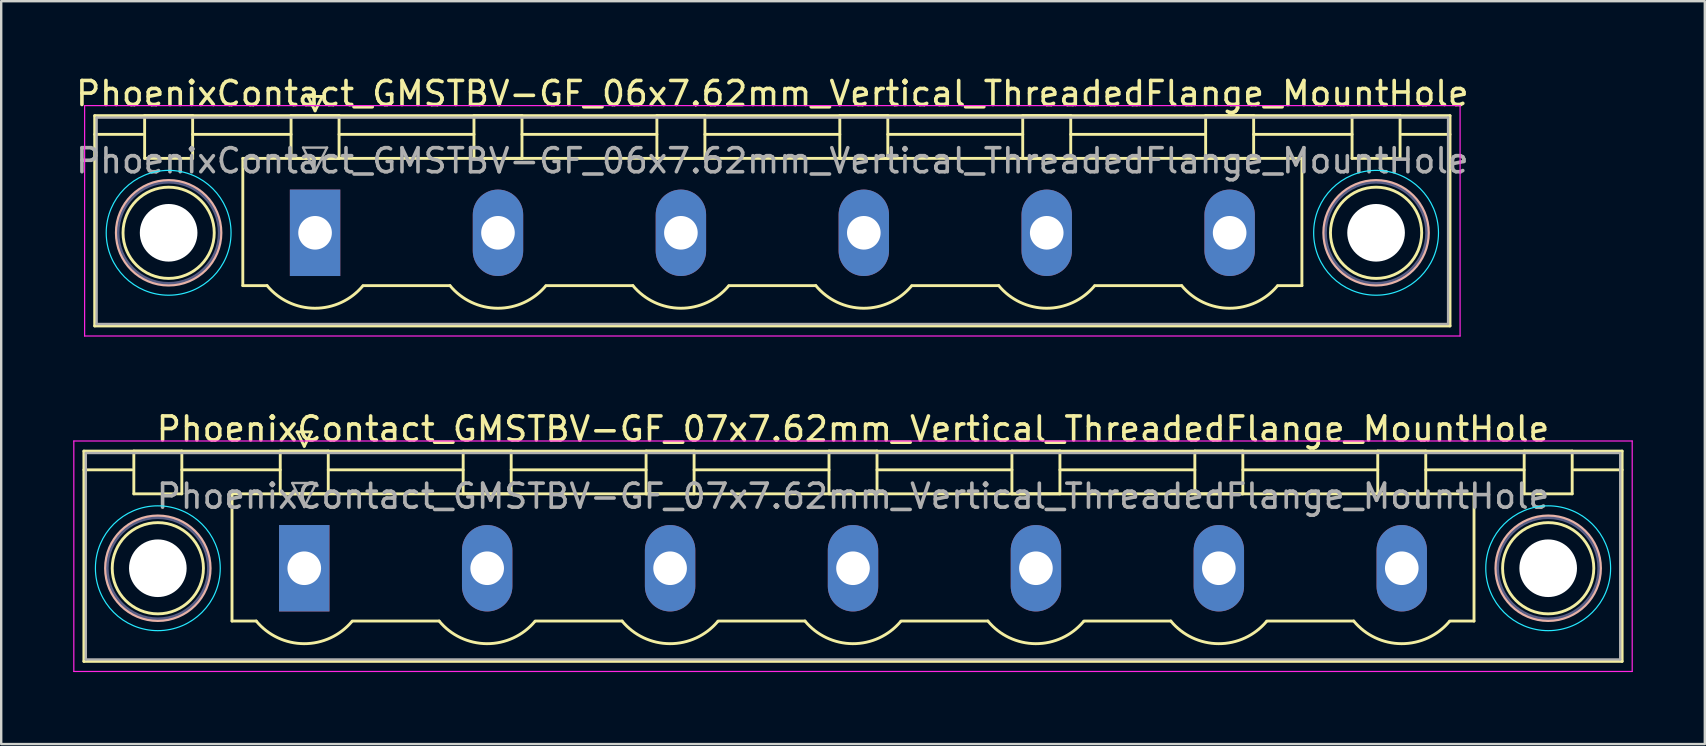
<source format=kicad_pcb>
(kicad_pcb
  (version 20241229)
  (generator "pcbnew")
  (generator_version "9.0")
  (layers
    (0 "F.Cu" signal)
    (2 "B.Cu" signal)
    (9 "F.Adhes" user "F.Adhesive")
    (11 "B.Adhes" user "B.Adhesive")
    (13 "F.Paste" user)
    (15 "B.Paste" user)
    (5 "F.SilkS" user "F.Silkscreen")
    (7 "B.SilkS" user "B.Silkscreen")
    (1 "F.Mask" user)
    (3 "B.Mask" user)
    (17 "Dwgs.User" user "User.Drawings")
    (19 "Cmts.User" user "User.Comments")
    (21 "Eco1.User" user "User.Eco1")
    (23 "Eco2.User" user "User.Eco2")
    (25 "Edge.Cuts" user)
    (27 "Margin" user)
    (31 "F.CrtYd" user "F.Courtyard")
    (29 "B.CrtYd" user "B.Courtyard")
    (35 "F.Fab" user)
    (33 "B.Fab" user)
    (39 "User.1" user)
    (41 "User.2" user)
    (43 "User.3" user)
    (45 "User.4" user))
  (footprint "PhoenixContact_GMSTBV-GF_06x7.62mm_Vertical_ThreadedFlange_MountHole"
    (layer "F.Cu")
    (at 10.075 6.648)
    (property "Reference" "PhoenixContact_GMSTBV-GF_06x7.62mm_Vertical_ThreadedFlange_MountHole" (at 19.05 -5.8 0) (layer "F.SilkS") (effects (font (size 1 1) (thickness 0.15))))
    (attr through_hole)
    (fp_line (start -9.18 -4.88) (end -9.18 3.88) (stroke (width 0.12) (type solid)) (layer "F.SilkS"))
    (fp_line (start -9.18 -4.1) (end -7.18 -4.1) (stroke (width 0.12) (type solid)) (layer "F.SilkS"))
    (fp_line (start -9.18 3.88) (end 47.28 3.88) (stroke (width 0.12) (type solid)) (layer "F.SilkS"))
    (fp_line (start -7.1 -4.88) (end -5.1 -4.88) (stroke (width 0.12) (type solid)) (layer "F.SilkS"))
    (fp_line (start -7.1 -3.1) (end -7.1 -4.88) (stroke (width 0.12) (type solid)) (layer "F.SilkS"))
    (fp_line (start -5.1 -4.88) (end -5.1 -3.1) (stroke (width 0.12) (type solid)) (layer "F.SilkS"))
    (fp_line (start -5.1 -4.1) (end -1 -4.1) (stroke (width 0.12) (type solid)) (layer "F.SilkS"))
    (fp_line (start -5.1 -3.1) (end -7.1 -3.1) (stroke (width 0.12) (type solid)) (layer "F.SilkS"))
    (fp_line (start -3.01 -3.1) (end 41.11 -3.1) (stroke (width 0.12) (type solid)) (layer "F.SilkS"))
    (fp_line (start -3.01 2.2) (end -3.01 -3.1) (stroke (width 0.12) (type solid)) (layer "F.SilkS"))
    (fp_line (start -2 2.2) (end -3.01 2.2) (stroke (width 0.12) (type solid)) (layer "F.SilkS"))
    (fp_line (start -1 -4.88) (end 1 -4.88) (stroke (width 0.12) (type solid)) (layer "F.SilkS"))
    (fp_line (start -1 -3.1) (end -1 -4.88) (stroke (width 0.12) (type solid)) (layer "F.SilkS"))
    (fp_line (start -0.3 -5.68) (end 0.3 -5.68) (stroke (width 0.12) (type solid)) (layer "F.SilkS"))
    (fp_line (start 0 -5.08) (end -0.3 -5.68) (stroke (width 0.12) (type solid)) (layer "F.SilkS"))
    (fp_line (start 0.3 -5.68) (end 0 -5.08) (stroke (width 0.12) (type solid)) (layer "F.SilkS"))
    (fp_line (start 1 -4.88) (end 1 -3.1) (stroke (width 0.12) (type solid)) (layer "F.SilkS"))
    (fp_line (start 1 -4.1) (end 6.62 -4.1) (stroke (width 0.12) (type solid)) (layer "F.SilkS"))
    (fp_line (start 1 -3.1) (end -1 -3.1) (stroke (width 0.12) (type solid)) (layer "F.SilkS"))
    (fp_line (start 2 2.2) (end 5.62 2.2) (stroke (width 0.12) (type solid)) (layer "F.SilkS"))
    (fp_line (start 6.62 -4.88) (end 8.62 -4.88) (stroke (width 0.12) (type solid)) (layer "F.SilkS"))
    (fp_line (start 6.62 -3.1) (end 6.62 -4.88) (stroke (width 0.12) (type solid)) (layer "F.SilkS"))
    (fp_line (start 8.62 -4.88) (end 8.62 -3.1) (stroke (width 0.12) (type solid)) (layer "F.SilkS"))
    (fp_line (start 8.62 -4.1) (end 14.24 -4.1) (stroke (width 0.12) (type solid)) (layer "F.SilkS"))
    (fp_line (start 8.62 -3.1) (end 6.62 -3.1) (stroke (width 0.12) (type solid)) (layer "F.SilkS"))
    (fp_line (start 9.62 2.2) (end 13.24 2.2) (stroke (width 0.12) (type solid)) (layer "F.SilkS"))
    (fp_line (start 14.24 -4.88) (end 16.24 -4.88) (stroke (width 0.12) (type solid)) (layer "F.SilkS"))
    (fp_line (start 14.24 -3.1) (end 14.24 -4.88) (stroke (width 0.12) (type solid)) (layer "F.SilkS"))
    (fp_line (start 16.24 -4.88) (end 16.24 -3.1) (stroke (width 0.12) (type solid)) (layer "F.SilkS"))
    (fp_line (start 16.24 -4.1) (end 21.86 -4.1) (stroke (width 0.12) (type solid)) (layer "F.SilkS"))
    (fp_line (start 16.24 -3.1) (end 14.24 -3.1) (stroke (width 0.12) (type solid)) (layer "F.SilkS"))
    (fp_line (start 17.24 2.2) (end 20.86 2.2) (stroke (width 0.12) (type solid)) (layer "F.SilkS"))
    (fp_line (start 21.86 -4.88) (end 23.86 -4.88) (stroke (width 0.12) (type solid)) (layer "F.SilkS"))
    (fp_line (start 21.86 -3.1) (end 21.86 -4.88) (stroke (width 0.12) (type solid)) (layer "F.SilkS"))
    (fp_line (start 23.86 -4.88) (end 23.86 -3.1) (stroke (width 0.12) (type solid)) (layer "F.SilkS"))
    (fp_line (start 23.86 -4.1) (end 29.48 -4.1) (stroke (width 0.12) (type solid)) (layer "F.SilkS"))
    (fp_line (start 23.86 -3.1) (end 21.86 -3.1) (stroke (width 0.12) (type solid)) (layer "F.SilkS"))
    (fp_line (start 24.86 2.2) (end 28.48 2.2) (stroke (width 0.12) (type solid)) (layer "F.SilkS"))
    (fp_line (start 29.48 -4.88) (end 31.48 -4.88) (stroke (width 0.12) (type solid)) (layer "F.SilkS"))
    (fp_line (start 29.48 -3.1) (end 29.48 -4.88) (stroke (width 0.12) (type solid)) (layer "F.SilkS"))
    (fp_line (start 31.48 -4.88) (end 31.48 -3.1) (stroke (width 0.12) (type solid)) (layer "F.SilkS"))
    (fp_line (start 31.48 -4.1) (end 37.1 -4.1) (stroke (width 0.12) (type solid)) (layer "F.SilkS"))
    (fp_line (start 31.48 -3.1) (end 29.48 -3.1) (stroke (width 0.12) (type solid)) (layer "F.SilkS"))
    (fp_line (start 32.48 2.2) (end 36.1 2.2) (stroke (width 0.12) (type solid)) (layer "F.SilkS"))
    (fp_line (start 37.1 -4.88) (end 39.1 -4.88) (stroke (width 0.12) (type solid)) (layer "F.SilkS"))
    (fp_line (start 37.1 -3.1) (end 37.1 -4.88) (stroke (width 0.12) (type solid)) (layer "F.SilkS"))
    (fp_line (start 39.1 -4.88) (end 39.1 -3.1) (stroke (width 0.12) (type solid)) (layer "F.SilkS"))
    (fp_line (start 39.1 -4.1) (end 43.2 -4.1) (stroke (width 0.12) (type solid)) (layer "F.SilkS"))
    (fp_line (start 39.1 -3.1) (end 37.1 -3.1) (stroke (width 0.12) (type solid)) (layer "F.SilkS"))
    (fp_line (start 41.11 -3.1) (end 41.11 2.2) (stroke (width 0.12) (type solid)) (layer "F.SilkS"))
    (fp_line (start 41.11 2.2) (end 40.1 2.2) (stroke (width 0.12) (type solid)) (layer "F.SilkS"))
    (fp_line (start 43.2 -4.88) (end 45.2 -4.88) (stroke (width 0.12) (type solid)) (layer "F.SilkS"))
    (fp_line (start 43.2 -3.1) (end 43.2 -4.88) (stroke (width 0.12) (type solid)) (layer "F.SilkS"))
    (fp_line (start 45.2 -4.88) (end 45.2 -3.1) (stroke (width 0.12) (type solid)) (layer "F.SilkS"))
    (fp_line (start 45.2 -3.1) (end 43.2 -3.1) (stroke (width 0.12) (type solid)) (layer "F.SilkS"))
    (fp_line (start 47.28 -4.88) (end -9.18 -4.88) (stroke (width 0.12) (type solid)) (layer "F.SilkS"))
    (fp_line (start 47.28 -4.1) (end 45.28 -4.1) (stroke (width 0.12) (type solid)) (layer "F.SilkS"))
    (fp_line (start 47.28 3.88) (end 47.28 -4.88) (stroke (width 0.12) (type solid)) (layer "F.SilkS"))
    (fp_arc (start 1.986842 2.215821) (mid -0.010289 3.142758) (end -2 2.2) (stroke (width 0.12) (type solid)) (layer "F.SilkS"))
    (fp_arc (start 9.606842 2.215821) (mid 7.609711 3.142758) (end 5.62 2.2) (stroke (width 0.12) (type solid)) (layer "F.SilkS"))
    (fp_arc (start 17.226842 2.215821) (mid 15.229711 3.142758) (end 13.24 2.2) (stroke (width 0.12) (type solid)) (layer "F.SilkS"))
    (fp_arc (start 24.846842 2.215821) (mid 22.849711 3.142758) (end 20.86 2.2) (stroke (width 0.12) (type solid)) (layer "F.SilkS"))
    (fp_arc (start 32.466842 2.215821) (mid 30.469711 3.142758) (end 28.48 2.2) (stroke (width 0.12) (type solid)) (layer "F.SilkS"))
    (fp_arc (start 40.086842 2.215821) (mid 38.089711 3.142758) (end 36.1 2.2) (stroke (width 0.12) (type solid)) (layer "F.SilkS"))
    (fp_circle (center -6.1 0) (end -4.2 0) (stroke (width 0.12) (type solid)) (fill no) (layer "F.SilkS"))
    (fp_circle (center 44.2 0) (end 46.1 0) (stroke (width 0.12) (type solid)) (fill no) (layer "F.SilkS"))
    (fp_circle (center -6.1 0) (end -3.92 0) (stroke (width 0.12) (type solid)) (fill no) (layer "B.SilkS"))
    (fp_circle (center 44.2 0) (end 46.38 0) (stroke (width 0.12) (type solid)) (fill no) (layer "B.SilkS"))
    (fp_circle (center -6.1 0) (end -3.5 0) (stroke (width 0.05) (type solid)) (fill no) (layer "B.CrtYd"))
    (fp_circle (center 44.2 0) (end 46.8 0) (stroke (width 0.05) (type solid)) (fill no) (layer "B.CrtYd"))
    (fp_line (start -9.6 -5.3) (end -9.6 4.3) (stroke (width 0.05) (type solid)) (layer "F.CrtYd"))
    (fp_line (start -9.6 4.3) (end 47.7 4.3) (stroke (width 0.05) (type solid)) (layer "F.CrtYd"))
    (fp_line (start 47.7 -5.3) (end -9.6 -5.3) (stroke (width 0.05) (type solid)) (layer "F.CrtYd"))
    (fp_line (start 47.7 4.3) (end 47.7 -5.3) (stroke (width 0.05) (type solid)) (layer "F.CrtYd"))
    (fp_circle (center -6.1 0) (end -4 0) (stroke (width 0.1) (type solid)) (fill no) (layer "B.Fab"))
    (fp_circle (center 44.2 0) (end 46.3 0) (stroke (width 0.1) (type solid)) (fill no) (layer "B.Fab"))
    (fp_line (start -9.1 -4.8) (end -9.1 3.8) (stroke (width 0.1) (type solid)) (layer "F.Fab"))
    (fp_line (start -9.1 3.8) (end 47.2 3.8) (stroke (width 0.1) (type solid)) (layer "F.Fab"))
    (fp_line (start -0.5 -3.55) (end 0.5 -3.55) (stroke (width 0.1) (type solid)) (layer "F.Fab"))
    (fp_line (start 0 -2.55) (end -0.5 -3.55) (stroke (width 0.1) (type solid)) (layer "F.Fab"))
    (fp_line (start 0.5 -3.55) (end 0 -2.55) (stroke (width 0.1) (type solid)) (layer "F.Fab"))
    (fp_line (start 47.2 -4.8) (end -9.1 -4.8) (stroke (width 0.1) (type solid)) (layer "F.Fab"))
    (fp_line (start 47.2 3.8) (end 47.2 -4.8) (stroke (width 0.1) (type solid)) (layer "F.Fab"))
    (fp_text user "${REFERENCE}" (at 19.05 -3 0) (layer "F.Fab") (effects (font (size 1 1) (thickness 0.15))))
    (pad "" np_thru_hole circle (at -6.1 0) (size 2.4 2.4) (drill 2.4) (layers "*.Cu" "*.Mask"))
    (pad "" np_thru_hole circle (at 44.2 0) (size 2.4 2.4) (drill 2.4) (layers "*.Cu" "*.Mask"))
    (pad "1" thru_hole rect (at 0 0) (size 2.1 3.6) (drill 1.4) (layers "*.Cu" "*.Mask"))
    (pad "2" thru_hole oval (at 7.62 0) (size 2.1 3.6) (drill 1.4) (layers "*.Cu" "*.Mask"))
    (pad "3" thru_hole oval (at 15.24 0) (size 2.1 3.6) (drill 1.4) (layers "*.Cu" "*.Mask"))
    (pad "4" thru_hole oval (at 22.86 0) (size 2.1 3.6) (drill 1.4) (layers "*.Cu" "*.Mask"))
    (pad "5" thru_hole oval (at 30.48 0) (size 2.1 3.6) (drill 1.4) (layers "*.Cu" "*.Mask"))
    (pad "6" thru_hole oval (at 38.1 0) (size 2.1 3.6) (drill 1.4) (layers "*.Cu" "*.Mask")))
  (footprint "PhoenixContact_GMSTBV-GF_07x7.62mm_Vertical_ThreadedFlange_MountHole"
    (layer "F.Cu")
    (at 9.625 20.622)
    (property "Reference" "PhoenixContact_GMSTBV-GF_07x7.62mm_Vertical_ThreadedFlange_MountHole" (at 22.86 -5.8 0) (layer "F.SilkS") (effects (font (size 1 1) (thickness 0.15))))
    (attr through_hole)
    (fp_line (start -9.18 -4.88) (end -9.18 3.88) (stroke (width 0.12) (type solid)) (layer "F.SilkS"))
    (fp_line (start -9.18 -4.1) (end -7.18 -4.1) (stroke (width 0.12) (type solid)) (layer "F.SilkS"))
    (fp_line (start -9.18 3.88) (end 54.9 3.88) (stroke (width 0.12) (type solid)) (layer "F.SilkS"))
    (fp_line (start -7.1 -4.88) (end -5.1 -4.88) (stroke (width 0.12) (type solid)) (layer "F.SilkS"))
    (fp_line (start -7.1 -3.1) (end -7.1 -4.88) (stroke (width 0.12) (type solid)) (layer "F.SilkS"))
    (fp_line (start -5.1 -4.88) (end -5.1 -3.1) (stroke (width 0.12) (type solid)) (layer "F.SilkS"))
    (fp_line (start -5.1 -4.1) (end -1 -4.1) (stroke (width 0.12) (type solid)) (layer "F.SilkS"))
    (fp_line (start -5.1 -3.1) (end -7.1 -3.1) (stroke (width 0.12) (type solid)) (layer "F.SilkS"))
    (fp_line (start -3.01 -3.1) (end 48.73 -3.1) (stroke (width 0.12) (type solid)) (layer "F.SilkS"))
    (fp_line (start -3.01 2.2) (end -3.01 -3.1) (stroke (width 0.12) (type solid)) (layer "F.SilkS"))
    (fp_line (start -2 2.2) (end -3.01 2.2) (stroke (width 0.12) (type solid)) (layer "F.SilkS"))
    (fp_line (start -1 -4.88) (end 1 -4.88) (stroke (width 0.12) (type solid)) (layer "F.SilkS"))
    (fp_line (start -1 -3.1) (end -1 -4.88) (stroke (width 0.12) (type solid)) (layer "F.SilkS"))
    (fp_line (start -0.3 -5.68) (end 0.3 -5.68) (stroke (width 0.12) (type solid)) (layer "F.SilkS"))
    (fp_line (start 0 -5.08) (end -0.3 -5.68) (stroke (width 0.12) (type solid)) (layer "F.SilkS"))
    (fp_line (start 0.3 -5.68) (end 0 -5.08) (stroke (width 0.12) (type solid)) (layer "F.SilkS"))
    (fp_line (start 1 -4.88) (end 1 -3.1) (stroke (width 0.12) (type solid)) (layer "F.SilkS"))
    (fp_line (start 1 -4.1) (end 6.62 -4.1) (stroke (width 0.12) (type solid)) (layer "F.SilkS"))
    (fp_line (start 1 -3.1) (end -1 -3.1) (stroke (width 0.12) (type solid)) (layer "F.SilkS"))
    (fp_line (start 2 2.2) (end 5.62 2.2) (stroke (width 0.12) (type solid)) (layer "F.SilkS"))
    (fp_line (start 6.62 -4.88) (end 8.62 -4.88) (stroke (width 0.12) (type solid)) (layer "F.SilkS"))
    (fp_line (start 6.62 -3.1) (end 6.62 -4.88) (stroke (width 0.12) (type solid)) (layer "F.SilkS"))
    (fp_line (start 8.62 -4.88) (end 8.62 -3.1) (stroke (width 0.12) (type solid)) (layer "F.SilkS"))
    (fp_line (start 8.62 -4.1) (end 14.24 -4.1) (stroke (width 0.12) (type solid)) (layer "F.SilkS"))
    (fp_line (start 8.62 -3.1) (end 6.62 -3.1) (stroke (width 0.12) (type solid)) (layer "F.SilkS"))
    (fp_line (start 9.62 2.2) (end 13.24 2.2) (stroke (width 0.12) (type solid)) (layer "F.SilkS"))
    (fp_line (start 14.24 -4.88) (end 16.24 -4.88) (stroke (width 0.12) (type solid)) (layer "F.SilkS"))
    (fp_line (start 14.24 -3.1) (end 14.24 -4.88) (stroke (width 0.12) (type solid)) (layer "F.SilkS"))
    (fp_line (start 16.24 -4.88) (end 16.24 -3.1) (stroke (width 0.12) (type solid)) (layer "F.SilkS"))
    (fp_line (start 16.24 -4.1) (end 21.86 -4.1) (stroke (width 0.12) (type solid)) (layer "F.SilkS"))
    (fp_line (start 16.24 -3.1) (end 14.24 -3.1) (stroke (width 0.12) (type solid)) (layer "F.SilkS"))
    (fp_line (start 17.24 2.2) (end 20.86 2.2) (stroke (width 0.12) (type solid)) (layer "F.SilkS"))
    (fp_line (start 21.86 -4.88) (end 23.86 -4.88) (stroke (width 0.12) (type solid)) (layer "F.SilkS"))
    (fp_line (start 21.86 -3.1) (end 21.86 -4.88) (stroke (width 0.12) (type solid)) (layer "F.SilkS"))
    (fp_line (start 23.86 -4.88) (end 23.86 -3.1) (stroke (width 0.12) (type solid)) (layer "F.SilkS"))
    (fp_line (start 23.86 -4.1) (end 29.48 -4.1) (stroke (width 0.12) (type solid)) (layer "F.SilkS"))
    (fp_line (start 23.86 -3.1) (end 21.86 -3.1) (stroke (width 0.12) (type solid)) (layer "F.SilkS"))
    (fp_line (start 24.86 2.2) (end 28.48 2.2) (stroke (width 0.12) (type solid)) (layer "F.SilkS"))
    (fp_line (start 29.48 -4.88) (end 31.48 -4.88) (stroke (width 0.12) (type solid)) (layer "F.SilkS"))
    (fp_line (start 29.48 -3.1) (end 29.48 -4.88) (stroke (width 0.12) (type solid)) (layer "F.SilkS"))
    (fp_line (start 31.48 -4.88) (end 31.48 -3.1) (stroke (width 0.12) (type solid)) (layer "F.SilkS"))
    (fp_line (start 31.48 -4.1) (end 37.1 -4.1) (stroke (width 0.12) (type solid)) (layer "F.SilkS"))
    (fp_line (start 31.48 -3.1) (end 29.48 -3.1) (stroke (width 0.12) (type solid)) (layer "F.SilkS"))
    (fp_line (start 32.48 2.2) (end 36.1 2.2) (stroke (width 0.12) (type solid)) (layer "F.SilkS"))
    (fp_line (start 37.1 -4.88) (end 39.1 -4.88) (stroke (width 0.12) (type solid)) (layer "F.SilkS"))
    (fp_line (start 37.1 -3.1) (end 37.1 -4.88) (stroke (width 0.12) (type solid)) (layer "F.SilkS"))
    (fp_line (start 39.1 -4.88) (end 39.1 -3.1) (stroke (width 0.12) (type solid)) (layer "F.SilkS"))
    (fp_line (start 39.1 -4.1) (end 44.72 -4.1) (stroke (width 0.12) (type solid)) (layer "F.SilkS"))
    (fp_line (start 39.1 -3.1) (end 37.1 -3.1) (stroke (width 0.12) (type solid)) (layer "F.SilkS"))
    (fp_line (start 40.1 2.2) (end 43.72 2.2) (stroke (width 0.12) (type solid)) (layer "F.SilkS"))
    (fp_line (start 44.72 -4.88) (end 46.72 -4.88) (stroke (width 0.12) (type solid)) (layer "F.SilkS"))
    (fp_line (start 44.72 -3.1) (end 44.72 -4.88) (stroke (width 0.12) (type solid)) (layer "F.SilkS"))
    (fp_line (start 46.72 -4.88) (end 46.72 -3.1) (stroke (width 0.12) (type solid)) (layer "F.SilkS"))
    (fp_line (start 46.72 -4.1) (end 50.82 -4.1) (stroke (width 0.12) (type solid)) (layer "F.SilkS"))
    (fp_line (start 46.72 -3.1) (end 44.72 -3.1) (stroke (width 0.12) (type solid)) (layer "F.SilkS"))
    (fp_line (start 48.73 -3.1) (end 48.73 2.2) (stroke (width 0.12) (type solid)) (layer "F.SilkS"))
    (fp_line (start 48.73 2.2) (end 47.72 2.2) (stroke (width 0.12) (type solid)) (layer "F.SilkS"))
    (fp_line (start 50.82 -4.88) (end 52.82 -4.88) (stroke (width 0.12) (type solid)) (layer "F.SilkS"))
    (fp_line (start 50.82 -3.1) (end 50.82 -4.88) (stroke (width 0.12) (type solid)) (layer "F.SilkS"))
    (fp_line (start 52.82 -4.88) (end 52.82 -3.1) (stroke (width 0.12) (type solid)) (layer "F.SilkS"))
    (fp_line (start 52.82 -3.1) (end 50.82 -3.1) (stroke (width 0.12) (type solid)) (layer "F.SilkS"))
    (fp_line (start 54.9 -4.88) (end -9.18 -4.88) (stroke (width 0.12) (type solid)) (layer "F.SilkS"))
    (fp_line (start 54.9 -4.1) (end 52.9 -4.1) (stroke (width 0.12) (type solid)) (layer "F.SilkS"))
    (fp_line (start 54.9 3.88) (end 54.9 -4.88) (stroke (width 0.12) (type solid)) (layer "F.SilkS"))
    (fp_arc (start 1.986842 2.215821) (mid -0.010289 3.142758) (end -2 2.2) (stroke (width 0.12) (type solid)) (layer "F.SilkS"))
    (fp_arc (start 9.606842 2.215821) (mid 7.609711 3.142758) (end 5.62 2.2) (stroke (width 0.12) (type solid)) (layer "F.SilkS"))
    (fp_arc (start 17.226842 2.215821) (mid 15.229711 3.142758) (end 13.24 2.2) (stroke (width 0.12) (type solid)) (layer "F.SilkS"))
    (fp_arc (start 24.846842 2.215821) (mid 22.849711 3.142758) (end 20.86 2.2) (stroke (width 0.12) (type solid)) (layer "F.SilkS"))
    (fp_arc (start 32.466842 2.215821) (mid 30.469711 3.142758) (end 28.48 2.2) (stroke (width 0.12) (type solid)) (layer "F.SilkS"))
    (fp_arc (start 40.086842 2.215821) (mid 38.089711 3.142758) (end 36.1 2.2) (stroke (width 0.12) (type solid)) (layer "F.SilkS"))
    (fp_arc (start 47.706842 2.215821) (mid 45.709711 3.142758) (end 43.72 2.2) (stroke (width 0.12) (type solid)) (layer "F.SilkS"))
    (fp_circle (center -6.1 0) (end -4.2 0) (stroke (width 0.12) (type solid)) (fill no) (layer "F.SilkS"))
    (fp_circle (center 51.82 0) (end 53.72 0) (stroke (width 0.12) (type solid)) (fill no) (layer "F.SilkS"))
    (fp_circle (center -6.1 0) (end -3.92 0) (stroke (width 0.12) (type solid)) (fill no) (layer "B.SilkS"))
    (fp_circle (center 51.82 0) (end 54 0) (stroke (width 0.12) (type solid)) (fill no) (layer "B.SilkS"))
    (fp_circle (center -6.1 0) (end -3.5 0) (stroke (width 0.05) (type solid)) (fill no) (layer "B.CrtYd"))
    (fp_circle (center 51.82 0) (end 54.42 0) (stroke (width 0.05) (type solid)) (fill no) (layer "B.CrtYd"))
    (fp_line (start -9.6 -5.3) (end -9.6 4.3) (stroke (width 0.05) (type solid)) (layer "F.CrtYd"))
    (fp_line (start -9.6 4.3) (end 55.32 4.3) (stroke (width 0.05) (type solid)) (layer "F.CrtYd"))
    (fp_line (start 55.32 -5.3) (end -9.6 -5.3) (stroke (width 0.05) (type solid)) (layer "F.CrtYd"))
    (fp_line (start 55.32 4.3) (end 55.32 -5.3) (stroke (width 0.05) (type solid)) (layer "F.CrtYd"))
    (fp_circle (center -6.1 0) (end -4 0) (stroke (width 0.1) (type solid)) (fill no) (layer "B.Fab"))
    (fp_circle (center 51.82 0) (end 53.92 0) (stroke (width 0.1) (type solid)) (fill no) (layer "B.Fab"))
    (fp_line (start -9.1 -4.8) (end -9.1 3.8) (stroke (width 0.1) (type solid)) (layer "F.Fab"))
    (fp_line (start -9.1 3.8) (end 54.82 3.8) (stroke (width 0.1) (type solid)) (layer "F.Fab"))
    (fp_line (start -0.5 -3.55) (end 0.5 -3.55) (stroke (width 0.1) (type solid)) (layer "F.Fab"))
    (fp_line (start 0 -2.55) (end -0.5 -3.55) (stroke (width 0.1) (type solid)) (layer "F.Fab"))
    (fp_line (start 0.5 -3.55) (end 0 -2.55) (stroke (width 0.1) (type solid)) (layer "F.Fab"))
    (fp_line (start 54.82 -4.8) (end -9.1 -4.8) (stroke (width 0.1) (type solid)) (layer "F.Fab"))
    (fp_line (start 54.82 3.8) (end 54.82 -4.8) (stroke (width 0.1) (type solid)) (layer "F.Fab"))
    (fp_text user "${REFERENCE}" (at 22.86 -3 0) (layer "F.Fab") (effects (font (size 1 1) (thickness 0.15))))
    (pad "" np_thru_hole circle (at -6.1 0) (size 2.4 2.4) (drill 2.4) (layers "*.Cu" "*.Mask"))
    (pad "" np_thru_hole circle (at 51.82 0) (size 2.4 2.4) (drill 2.4) (layers "*.Cu" "*.Mask"))
    (pad "1" thru_hole rect (at 0 0) (size 2.1 3.6) (drill 1.4) (layers "*.Cu" "*.Mask"))
    (pad "2" thru_hole oval (at 7.62 0) (size 2.1 3.6) (drill 1.4) (layers "*.Cu" "*.Mask"))
    (pad "3" thru_hole oval (at 15.24 0) (size 2.1 3.6) (drill 1.4) (layers "*.Cu" "*.Mask"))
    (pad "4" thru_hole oval (at 22.86 0) (size 2.1 3.6) (drill 1.4) (layers "*.Cu" "*.Mask"))
    (pad "5" thru_hole oval (at 30.48 0) (size 2.1 3.6) (drill 1.4) (layers "*.Cu" "*.Mask"))
    (pad "6" thru_hole oval (at 38.1 0) (size 2.1 3.6) (drill 1.4) (layers "*.Cu" "*.Mask"))
    (pad "7" thru_hole oval (at 45.72 0) (size 2.1 3.6) (drill 1.4) (layers "*.Cu" "*.Mask")))
  (gr_rect
    (start -3 -3)
    (end 67.97 27.947)
    (stroke (width 0.1) (type default))
    (fill no)
    (layer "Edge.Cuts")))
</source>
